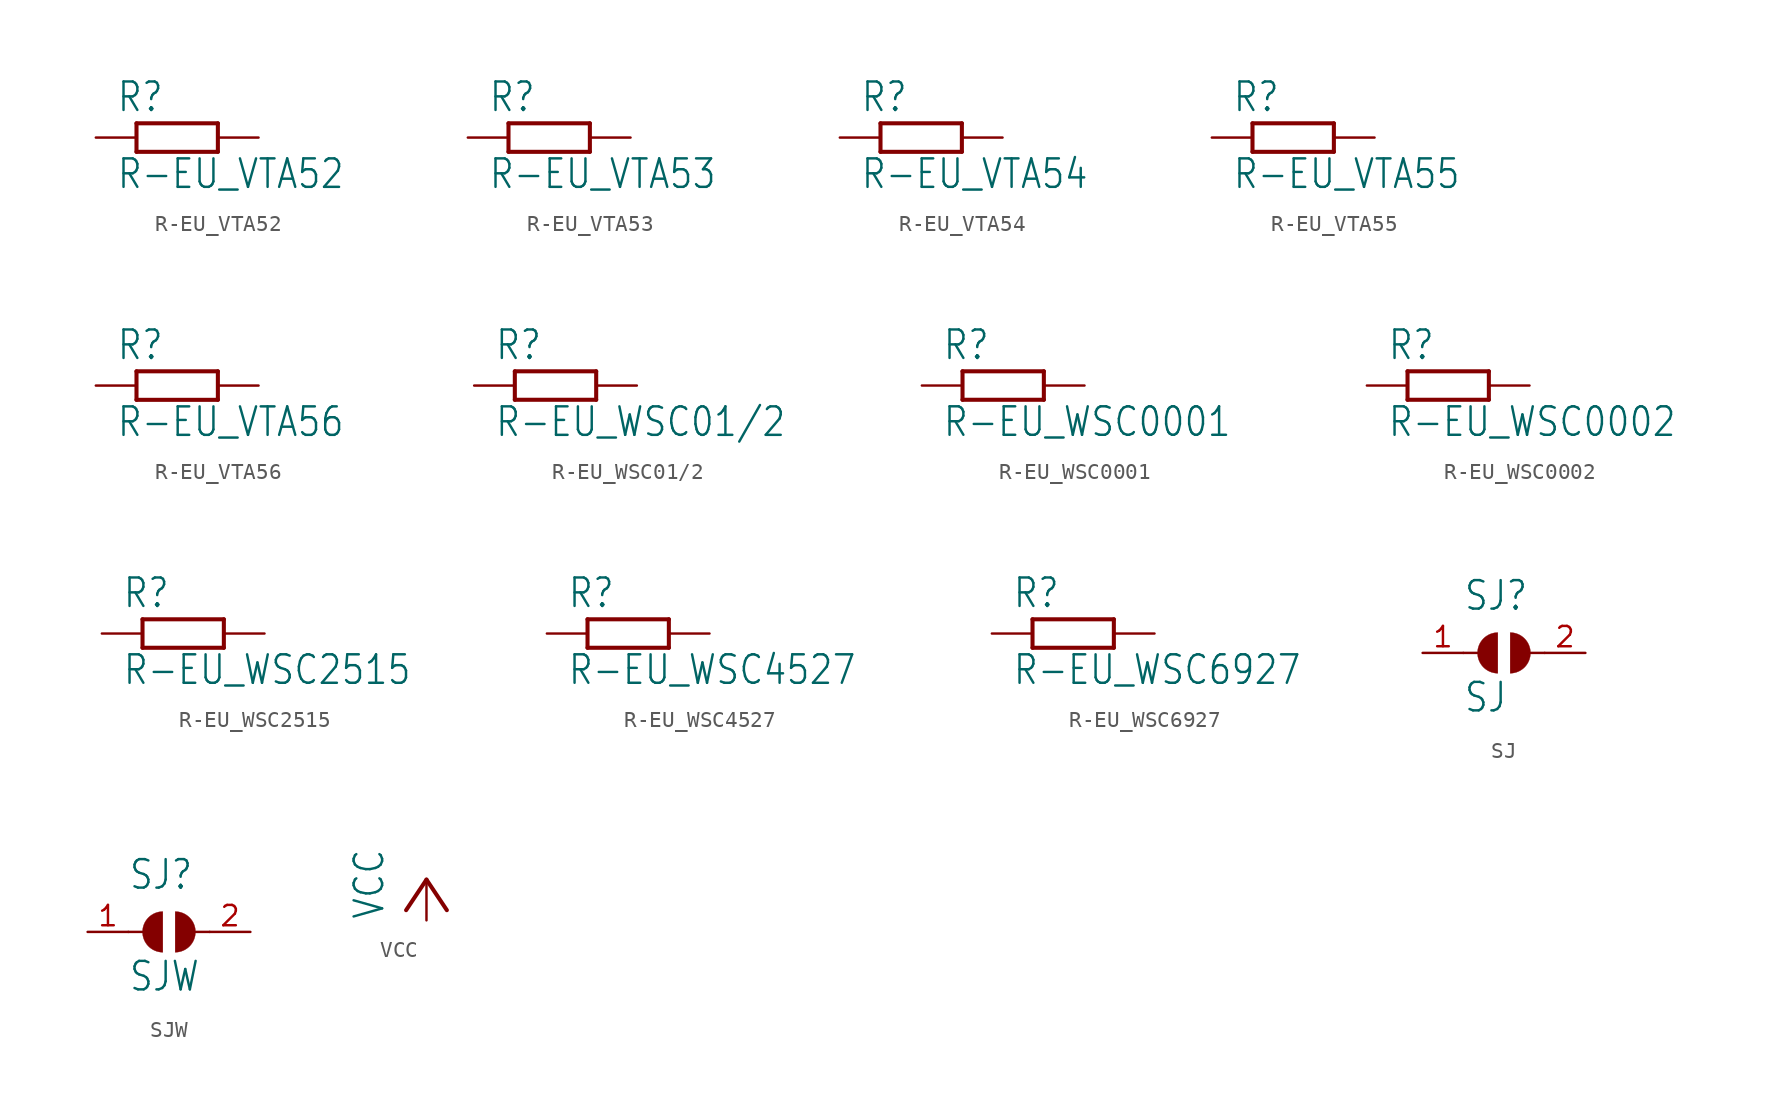
<source format=kicad_sym>
(kicad_symbol_lib
  (version 20231120)
  (generator "kicad_symbol_editor")
  (generator_version "8.0")
  (symbol "R-EU_VTA52"
    (property "Reference" "R"
      (at -3.81 1.499 0)
      (effects (font (size 1.778 1.511)) (justify left bottom)))
    (property "Value" "R-EU_VTA52"
      (at -3.81 -3.302 0)
      (effects (font (size 1.778 1.511)) (justify left bottom)))
    (property "ki_locked" ""
      (at 0 0 0)
      (effects (font (size 1.27 1.27))))
    (symbol "R-EU_VTA52_1_0"
      (polyline (pts (xy -2.54 -0.889) (xy -2.54 0.889)) (stroke (width 0.254) (type default)) (fill (type none)))
      (polyline (pts (xy -2.54 -0.889) (xy 2.54 -0.889)) (stroke (width 0.254) (type default)) (fill (type none)))
      (polyline (pts (xy 2.54 -0.889) (xy 2.54 0.889)) (stroke (width 0.254) (type default)) (fill (type none)))
      (polyline (pts (xy 2.54 0.889) (xy -2.54 0.889)) (stroke (width 0.254) (type default)) (fill (type none)))
      (pin passive line (at -5.08 0 0) (length 2.54) (name "1" (effects (font (size 0 0)))) (number "1" (effects (font (size 0 0)))))
      (pin passive line (at 5.08 0 180) (length 2.54) (name "2" (effects (font (size 0 0)))) (number "2" (effects (font (size 0 0)))))))
  (symbol "R-EU_VTA53"
    (property "Reference" "R"
      (at -3.81 1.499 0)
      (effects (font (size 1.778 1.511)) (justify left bottom)))
    (property "Value" "R-EU_VTA53"
      (at -3.81 -3.302 0)
      (effects (font (size 1.778 1.511)) (justify left bottom)))
    (property "ki_locked" ""
      (at 0 0 0)
      (effects (font (size 1.27 1.27))))
    (symbol "R-EU_VTA53_1_0"
      (polyline (pts (xy -2.54 -0.889) (xy -2.54 0.889)) (stroke (width 0.254) (type default)) (fill (type none)))
      (polyline (pts (xy -2.54 -0.889) (xy 2.54 -0.889)) (stroke (width 0.254) (type default)) (fill (type none)))
      (polyline (pts (xy 2.54 -0.889) (xy 2.54 0.889)) (stroke (width 0.254) (type default)) (fill (type none)))
      (polyline (pts (xy 2.54 0.889) (xy -2.54 0.889)) (stroke (width 0.254) (type default)) (fill (type none)))
      (pin passive line (at -5.08 0 0) (length 2.54) (name "1" (effects (font (size 0 0)))) (number "1" (effects (font (size 0 0)))))
      (pin passive line (at 5.08 0 180) (length 2.54) (name "2" (effects (font (size 0 0)))) (number "2" (effects (font (size 0 0)))))))
  (symbol "R-EU_VTA54"
    (property "Reference" "R"
      (at -3.81 1.499 0)
      (effects (font (size 1.778 1.511)) (justify left bottom)))
    (property "Value" "R-EU_VTA54"
      (at -3.81 -3.302 0)
      (effects (font (size 1.778 1.511)) (justify left bottom)))
    (property "ki_locked" ""
      (at 0 0 0)
      (effects (font (size 1.27 1.27))))
    (symbol "R-EU_VTA54_1_0"
      (polyline (pts (xy -2.54 -0.889) (xy -2.54 0.889)) (stroke (width 0.254) (type default)) (fill (type none)))
      (polyline (pts (xy -2.54 -0.889) (xy 2.54 -0.889)) (stroke (width 0.254) (type default)) (fill (type none)))
      (polyline (pts (xy 2.54 -0.889) (xy 2.54 0.889)) (stroke (width 0.254) (type default)) (fill (type none)))
      (polyline (pts (xy 2.54 0.889) (xy -2.54 0.889)) (stroke (width 0.254) (type default)) (fill (type none)))
      (pin passive line (at -5.08 0 0) (length 2.54) (name "1" (effects (font (size 0 0)))) (number "1" (effects (font (size 0 0)))))
      (pin passive line (at 5.08 0 180) (length 2.54) (name "2" (effects (font (size 0 0)))) (number "2" (effects (font (size 0 0)))))))
  (symbol "R-EU_VTA55"
    (property "Reference" "R"
      (at -3.81 1.499 0)
      (effects (font (size 1.778 1.511)) (justify left bottom)))
    (property "Value" "R-EU_VTA55"
      (at -3.81 -3.302 0)
      (effects (font (size 1.778 1.511)) (justify left bottom)))
    (property "ki_locked" ""
      (at 0 0 0)
      (effects (font (size 1.27 1.27))))
    (symbol "R-EU_VTA55_1_0"
      (polyline (pts (xy -2.54 -0.889) (xy -2.54 0.889)) (stroke (width 0.254) (type default)) (fill (type none)))
      (polyline (pts (xy -2.54 -0.889) (xy 2.54 -0.889)) (stroke (width 0.254) (type default)) (fill (type none)))
      (polyline (pts (xy 2.54 -0.889) (xy 2.54 0.889)) (stroke (width 0.254) (type default)) (fill (type none)))
      (polyline (pts (xy 2.54 0.889) (xy -2.54 0.889)) (stroke (width 0.254) (type default)) (fill (type none)))
      (pin passive line (at -5.08 0 0) (length 2.54) (name "1" (effects (font (size 0 0)))) (number "1" (effects (font (size 0 0)))))
      (pin passive line (at 5.08 0 180) (length 2.54) (name "2" (effects (font (size 0 0)))) (number "2" (effects (font (size 0 0)))))))
  (symbol "R-EU_VTA56"
    (property "Reference" "R"
      (at -3.81 1.499 0)
      (effects (font (size 1.778 1.511)) (justify left bottom)))
    (property "Value" "R-EU_VTA56"
      (at -3.81 -3.302 0)
      (effects (font (size 1.778 1.511)) (justify left bottom)))
    (property "ki_locked" ""
      (at 0 0 0)
      (effects (font (size 1.27 1.27))))
    (symbol "R-EU_VTA56_1_0"
      (polyline (pts (xy -2.54 -0.889) (xy -2.54 0.889)) (stroke (width 0.254) (type default)) (fill (type none)))
      (polyline (pts (xy -2.54 -0.889) (xy 2.54 -0.889)) (stroke (width 0.254) (type default)) (fill (type none)))
      (polyline (pts (xy 2.54 -0.889) (xy 2.54 0.889)) (stroke (width 0.254) (type default)) (fill (type none)))
      (polyline (pts (xy 2.54 0.889) (xy -2.54 0.889)) (stroke (width 0.254) (type default)) (fill (type none)))
      (pin passive line (at -5.08 0 0) (length 2.54) (name "1" (effects (font (size 0 0)))) (number "1" (effects (font (size 0 0)))))
      (pin passive line (at 5.08 0 180) (length 2.54) (name "2" (effects (font (size 0 0)))) (number "2" (effects (font (size 0 0)))))))
  (symbol "R-EU_WSC01/2"
    (property "Reference" "R"
      (at -3.81 1.499 0)
      (effects (font (size 1.778 1.511)) (justify left bottom)))
    (property "Value" "R-EU_WSC01{slash}2"
      (at -3.81 -3.302 0)
      (effects (font (size 1.778 1.511)) (justify left bottom)))
    (property "ki_locked" ""
      (at 0 0 0)
      (effects (font (size 1.27 1.27))))
    (symbol "R-EU_WSC01/2_1_0"
      (polyline (pts (xy -2.54 -0.889) (xy -2.54 0.889)) (stroke (width 0.254) (type default)) (fill (type none)))
      (polyline (pts (xy -2.54 -0.889) (xy 2.54 -0.889)) (stroke (width 0.254) (type default)) (fill (type none)))
      (polyline (pts (xy 2.54 -0.889) (xy 2.54 0.889)) (stroke (width 0.254) (type default)) (fill (type none)))
      (polyline (pts (xy 2.54 0.889) (xy -2.54 0.889)) (stroke (width 0.254) (type default)) (fill (type none)))
      (pin passive line (at -5.08 0 0) (length 2.54) (name "1" (effects (font (size 0 0)))) (number "1" (effects (font (size 0 0)))))
      (pin passive line (at 5.08 0 180) (length 2.54) (name "2" (effects (font (size 0 0)))) (number "2" (effects (font (size 0 0)))))))
  (symbol "R-EU_WSC0001"
    (property "Reference" "R"
      (at -3.81 1.499 0)
      (effects (font (size 1.778 1.511)) (justify left bottom)))
    (property "Value" "R-EU_WSC0001"
      (at -3.81 -3.302 0)
      (effects (font (size 1.778 1.511)) (justify left bottom)))
    (property "ki_locked" ""
      (at 0 0 0)
      (effects (font (size 1.27 1.27))))
    (symbol "R-EU_WSC0001_1_0"
      (polyline (pts (xy -2.54 -0.889) (xy -2.54 0.889)) (stroke (width 0.254) (type default)) (fill (type none)))
      (polyline (pts (xy -2.54 -0.889) (xy 2.54 -0.889)) (stroke (width 0.254) (type default)) (fill (type none)))
      (polyline (pts (xy 2.54 -0.889) (xy 2.54 0.889)) (stroke (width 0.254) (type default)) (fill (type none)))
      (polyline (pts (xy 2.54 0.889) (xy -2.54 0.889)) (stroke (width 0.254) (type default)) (fill (type none)))
      (pin passive line (at -5.08 0 0) (length 2.54) (name "1" (effects (font (size 0 0)))) (number "1" (effects (font (size 0 0)))))
      (pin passive line (at 5.08 0 180) (length 2.54) (name "2" (effects (font (size 0 0)))) (number "2" (effects (font (size 0 0)))))))
  (symbol "R-EU_WSC0002"
    (property "Reference" "R"
      (at -3.81 1.499 0)
      (effects (font (size 1.778 1.511)) (justify left bottom)))
    (property "Value" "R-EU_WSC0002"
      (at -3.81 -3.302 0)
      (effects (font (size 1.778 1.511)) (justify left bottom)))
    (property "ki_locked" ""
      (at 0 0 0)
      (effects (font (size 1.27 1.27))))
    (symbol "R-EU_WSC0002_1_0"
      (polyline (pts (xy -2.54 -0.889) (xy -2.54 0.889)) (stroke (width 0.254) (type default)) (fill (type none)))
      (polyline (pts (xy -2.54 -0.889) (xy 2.54 -0.889)) (stroke (width 0.254) (type default)) (fill (type none)))
      (polyline (pts (xy 2.54 -0.889) (xy 2.54 0.889)) (stroke (width 0.254) (type default)) (fill (type none)))
      (polyline (pts (xy 2.54 0.889) (xy -2.54 0.889)) (stroke (width 0.254) (type default)) (fill (type none)))
      (pin passive line (at -5.08 0 0) (length 2.54) (name "1" (effects (font (size 0 0)))) (number "1" (effects (font (size 0 0)))))
      (pin passive line (at 5.08 0 180) (length 2.54) (name "2" (effects (font (size 0 0)))) (number "2" (effects (font (size 0 0)))))))
  (symbol "R-EU_WSC2515"
    (property "Reference" "R"
      (at -3.81 1.499 0)
      (effects (font (size 1.778 1.511)) (justify left bottom)))
    (property "Value" "R-EU_WSC2515"
      (at -3.81 -3.302 0)
      (effects (font (size 1.778 1.511)) (justify left bottom)))
    (property "ki_locked" ""
      (at 0 0 0)
      (effects (font (size 1.27 1.27))))
    (symbol "R-EU_WSC2515_1_0"
      (polyline (pts (xy -2.54 -0.889) (xy -2.54 0.889)) (stroke (width 0.254) (type default)) (fill (type none)))
      (polyline (pts (xy -2.54 -0.889) (xy 2.54 -0.889)) (stroke (width 0.254) (type default)) (fill (type none)))
      (polyline (pts (xy 2.54 -0.889) (xy 2.54 0.889)) (stroke (width 0.254) (type default)) (fill (type none)))
      (polyline (pts (xy 2.54 0.889) (xy -2.54 0.889)) (stroke (width 0.254) (type default)) (fill (type none)))
      (pin passive line (at -5.08 0 0) (length 2.54) (name "1" (effects (font (size 0 0)))) (number "1" (effects (font (size 0 0)))))
      (pin passive line (at 5.08 0 180) (length 2.54) (name "2" (effects (font (size 0 0)))) (number "2" (effects (font (size 0 0)))))))
  (symbol "R-EU_WSC4527"
    (property "Reference" "R"
      (at -3.81 1.499 0)
      (effects (font (size 1.778 1.511)) (justify left bottom)))
    (property "Value" "R-EU_WSC4527"
      (at -3.81 -3.302 0)
      (effects (font (size 1.778 1.511)) (justify left bottom)))
    (property "ki_locked" ""
      (at 0 0 0)
      (effects (font (size 1.27 1.27))))
    (symbol "R-EU_WSC4527_1_0"
      (polyline (pts (xy -2.54 -0.889) (xy -2.54 0.889)) (stroke (width 0.254) (type default)) (fill (type none)))
      (polyline (pts (xy -2.54 -0.889) (xy 2.54 -0.889)) (stroke (width 0.254) (type default)) (fill (type none)))
      (polyline (pts (xy 2.54 -0.889) (xy 2.54 0.889)) (stroke (width 0.254) (type default)) (fill (type none)))
      (polyline (pts (xy 2.54 0.889) (xy -2.54 0.889)) (stroke (width 0.254) (type default)) (fill (type none)))
      (pin passive line (at -5.08 0 0) (length 2.54) (name "1" (effects (font (size 0 0)))) (number "1" (effects (font (size 0 0)))))
      (pin passive line (at 5.08 0 180) (length 2.54) (name "2" (effects (font (size 0 0)))) (number "2" (effects (font (size 0 0)))))))
  (symbol "R-EU_WSC6927"
    (property "Reference" "R"
      (at -3.81 1.499 0)
      (effects (font (size 1.778 1.511)) (justify left bottom)))
    (property "Value" "R-EU_WSC6927"
      (at -3.81 -3.302 0)
      (effects (font (size 1.778 1.511)) (justify left bottom)))
    (property "ki_locked" ""
      (at 0 0 0)
      (effects (font (size 1.27 1.27))))
    (symbol "R-EU_WSC6927_1_0"
      (polyline (pts (xy -2.54 -0.889) (xy -2.54 0.889)) (stroke (width 0.254) (type default)) (fill (type none)))
      (polyline (pts (xy -2.54 -0.889) (xy 2.54 -0.889)) (stroke (width 0.254) (type default)) (fill (type none)))
      (polyline (pts (xy 2.54 -0.889) (xy 2.54 0.889)) (stroke (width 0.254) (type default)) (fill (type none)))
      (polyline (pts (xy 2.54 0.889) (xy -2.54 0.889)) (stroke (width 0.254) (type default)) (fill (type none)))
      (pin passive line (at -5.08 0 0) (length 2.54) (name "1" (effects (font (size 0 0)))) (number "1" (effects (font (size 0 0)))))
      (pin passive line (at 5.08 0 180) (length 2.54) (name "2" (effects (font (size 0 0)))) (number "2" (effects (font (size 0 0)))))))
  (symbol "SJ"
    (property "Reference" "SJ"
      (at -2.54 2.54 0)
      (effects (font (size 1.778 1.511)) (justify left bottom)))
    (property "Value" "SJ"
      (at -2.54 -3.81 0)
      (effects (font (size 1.778 1.511)) (justify left bottom)))
    (property "ki_locked" ""
      (at 0 0 0)
      (effects (font (size 1.27 1.27))))
    (symbol "SJ_1_0"
      (arc (start -0.381 1.2699) (mid -1.6508 0) (end -0.381 -1.2699) (stroke (width 0.0001) (type default)) (fill (type outline)))
      (polyline (pts (xy -2.54 0) (xy -1.651 0)) (stroke (width 0.152) (type default)) (fill (type none)))
      (polyline (pts (xy 2.54 0) (xy 1.651 0)) (stroke (width 0.152) (type default)) (fill (type none)))
      (arc (start 0.381 -1.2699) (mid 1.6508 0) (end 0.381 1.2699) (stroke (width 0.0001) (type default)) (fill (type outline)))
      (pin passive line (at -5.08 0 0) (length 2.54) (name "1" (effects (font (size 0 0)))) (number "1" (effects (font (size 1.27 1.27)))))
      (pin passive line (at 5.08 0 180) (length 2.54) (name "2" (effects (font (size 0 0)))) (number "2" (effects (font (size 1.27 1.27)))))))
  (symbol "SJW"
    (property "Reference" "SJ"
      (at -2.54 2.54 0)
      (effects (font (size 1.778 1.511)) (justify left bottom)))
    (property "Value" "SJW"
      (at -2.54 -3.81 0)
      (effects (font (size 1.778 1.511)) (justify left bottom)))
    (property "ki_locked" ""
      (at 0 0 0)
      (effects (font (size 1.27 1.27))))
    (symbol "SJW_1_0"
      (arc (start -0.381 1.2699) (mid -1.6508 0) (end -0.381 -1.2699) (stroke (width 0.0001) (type default)) (fill (type outline)))
      (polyline (pts (xy -2.54 0) (xy -1.651 0)) (stroke (width 0.152) (type default)) (fill (type none)))
      (polyline (pts (xy 2.54 0) (xy 1.651 0)) (stroke (width 0.152) (type default)) (fill (type none)))
      (arc (start 0.381 -1.2699) (mid 1.6508 0) (end 0.381 1.2699) (stroke (width 0.0001) (type default)) (fill (type outline)))
      (pin passive line (at -5.08 0 0) (length 2.54) (name "1" (effects (font (size 0 0)))) (number "1" (effects (font (size 1.27 1.27)))))
      (pin passive line (at 5.08 0 180) (length 2.54) (name "2" (effects (font (size 0 0)))) (number "2" (effects (font (size 1.27 1.27)))))))
  (symbol "VCC"
    (power)
    (property "Reference" "#P+"
      (at 0 0 0)
      (effects (font (size 1.27 1.27)) (hide yes)))
    (property "Value" "VCC"
      (at -2.54 -2.54 90)
      (effects (font (size 1.778 1.511)) (justify left bottom)))
    (property "ki_locked" ""
      (at 0 0 0)
      (effects (font (size 1.27 1.27))))
    (symbol "VCC_1_0"
      (polyline (pts (xy 0 0) (xy -1.27 -1.905)) (stroke (width 0.254) (type default)) (fill (type none)))
      (polyline (pts (xy 1.27 -1.905) (xy 0 0)) (stroke (width 0.254) (type default)) (fill (type none)))
      (pin power_in line (at 0 -2.54 90) (length 2.54) (name "VCC" (effects (font (size 0 0)))) (number "1" (effects (font (size 0 0))))))))
</source>
